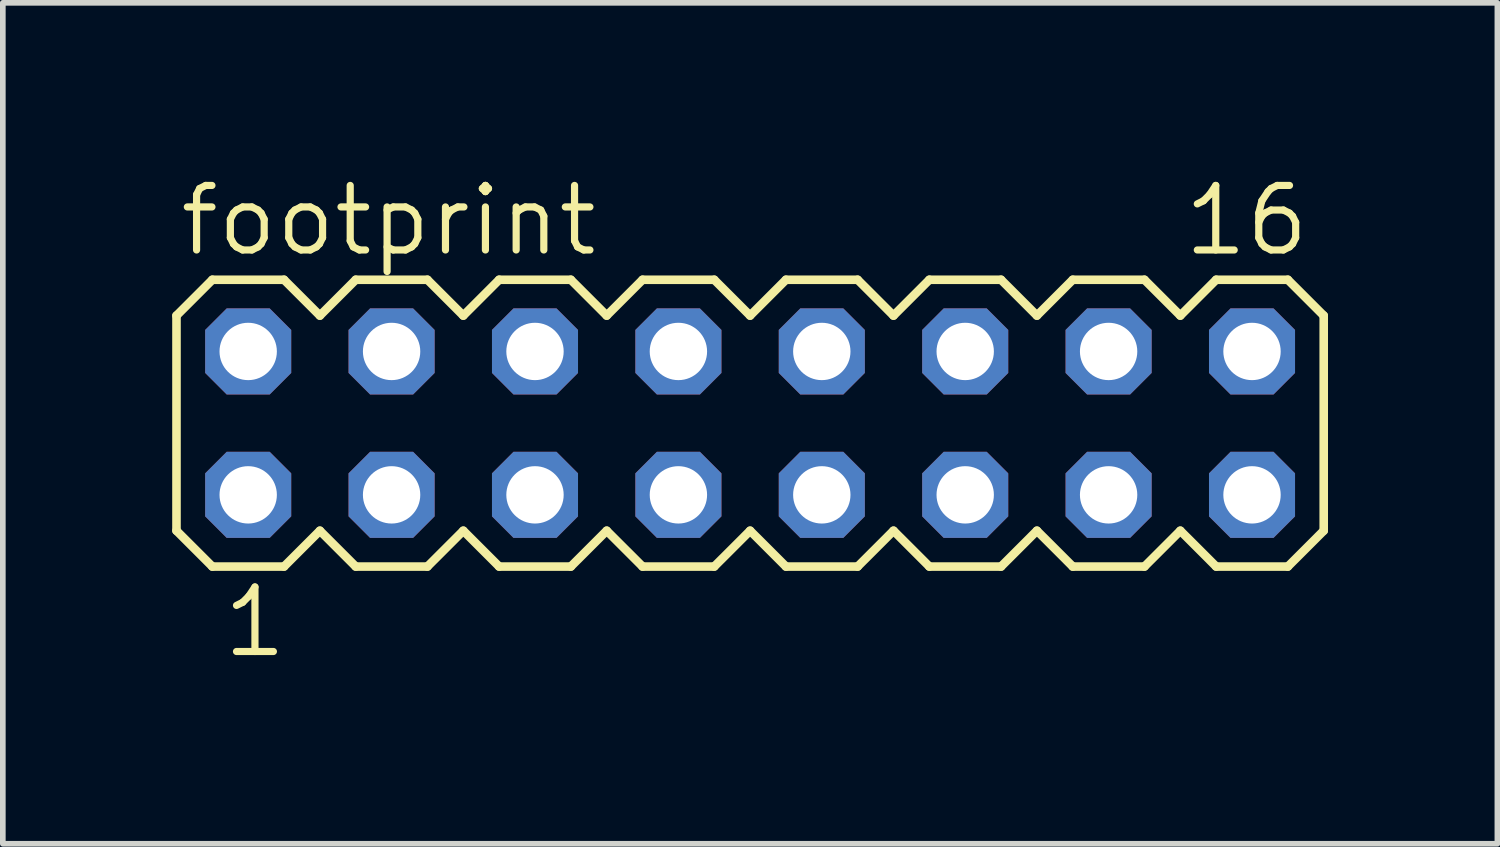
<source format=kicad_pcb>
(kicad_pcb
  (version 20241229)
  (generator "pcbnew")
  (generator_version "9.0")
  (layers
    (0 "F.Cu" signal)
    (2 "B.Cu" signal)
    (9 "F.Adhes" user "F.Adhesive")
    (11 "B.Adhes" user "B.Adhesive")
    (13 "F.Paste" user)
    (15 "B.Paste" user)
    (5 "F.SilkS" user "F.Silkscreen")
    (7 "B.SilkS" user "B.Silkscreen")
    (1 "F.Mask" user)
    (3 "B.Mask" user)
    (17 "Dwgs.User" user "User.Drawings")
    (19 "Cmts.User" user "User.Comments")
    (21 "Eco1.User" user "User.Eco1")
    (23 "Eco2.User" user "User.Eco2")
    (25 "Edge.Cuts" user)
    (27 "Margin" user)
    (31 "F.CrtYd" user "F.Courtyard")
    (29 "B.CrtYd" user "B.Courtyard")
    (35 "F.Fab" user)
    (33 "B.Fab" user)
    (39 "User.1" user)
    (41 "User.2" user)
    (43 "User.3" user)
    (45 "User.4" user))
  (footprint "footprint"
    (layer "F.Cu")
    (at 10.236 4.445)
    (property "Reference" "footprint" (at -10.16 -2.921 0) (layer "F.SilkS") (effects (font (size 1.143 1.143) (thickness 0.127)) (justify left bottom)))
    (fp_line (start -10.16 -1.905) (end -10.16 1.905) (stroke (width 0.152) (type solid)) (layer "F.SilkS"))
    (fp_line (start -10.16 1.905) (end -9.525 2.54) (stroke (width 0.152) (type solid)) (layer "F.SilkS"))
    (fp_line (start -9.525 -2.54) (end -10.16 -1.905) (stroke (width 0.152) (type solid)) (layer "F.SilkS"))
    (fp_line (start -9.525 -2.54) (end -8.255 -2.54) (stroke (width 0.152) (type solid)) (layer "F.SilkS"))
    (fp_line (start -8.255 -2.54) (end -7.62 -1.905) (stroke (width 0.152) (type solid)) (layer "F.SilkS"))
    (fp_line (start -8.255 2.54) (end -9.525 2.54) (stroke (width 0.152) (type solid)) (layer "F.SilkS"))
    (fp_line (start -7.62 -1.905) (end -6.985 -2.54) (stroke (width 0.152) (type solid)) (layer "F.SilkS"))
    (fp_line (start -7.62 1.905) (end -8.255 2.54) (stroke (width 0.152) (type solid)) (layer "F.SilkS"))
    (fp_line (start -6.985 -2.54) (end -5.715 -2.54) (stroke (width 0.152) (type solid)) (layer "F.SilkS"))
    (fp_line (start -6.985 2.54) (end -7.62 1.905) (stroke (width 0.152) (type solid)) (layer "F.SilkS"))
    (fp_line (start -5.715 -2.54) (end -5.08 -1.905) (stroke (width 0.152) (type solid)) (layer "F.SilkS"))
    (fp_line (start -5.715 2.54) (end -6.985 2.54) (stroke (width 0.152) (type solid)) (layer "F.SilkS"))
    (fp_line (start -5.08 -1.905) (end -4.445 -2.54) (stroke (width 0.152) (type solid)) (layer "F.SilkS"))
    (fp_line (start -5.08 1.905) (end -5.715 2.54) (stroke (width 0.152) (type solid)) (layer "F.SilkS"))
    (fp_line (start -4.445 -2.54) (end -3.175 -2.54) (stroke (width 0.152) (type solid)) (layer "F.SilkS"))
    (fp_line (start -4.445 2.54) (end -5.08 1.905) (stroke (width 0.152) (type solid)) (layer "F.SilkS"))
    (fp_line (start -3.175 -2.54) (end -2.54 -1.905) (stroke (width 0.152) (type solid)) (layer "F.SilkS"))
    (fp_line (start -3.175 2.54) (end -4.445 2.54) (stroke (width 0.152) (type solid)) (layer "F.SilkS"))
    (fp_line (start -2.54 1.905) (end -3.175 2.54) (stroke (width 0.152) (type solid)) (layer "F.SilkS"))
    (fp_line (start -2.54 1.905) (end -1.905 2.54) (stroke (width 0.152) (type solid)) (layer "F.SilkS"))
    (fp_line (start -1.905 -2.54) (end -2.54 -1.905) (stroke (width 0.152) (type solid)) (layer "F.SilkS"))
    (fp_line (start -1.905 -2.54) (end -0.635 -2.54) (stroke (width 0.152) (type solid)) (layer "F.SilkS"))
    (fp_line (start -0.635 -2.54) (end 0 -1.905) (stroke (width 0.152) (type solid)) (layer "F.SilkS"))
    (fp_line (start -0.635 2.54) (end -1.905 2.54) (stroke (width 0.152) (type solid)) (layer "F.SilkS"))
    (fp_line (start 0 -1.905) (end 0.635 -2.54) (stroke (width 0.152) (type solid)) (layer "F.SilkS"))
    (fp_line (start 0 1.905) (end -0.635 2.54) (stroke (width 0.152) (type solid)) (layer "F.SilkS"))
    (fp_line (start 0.635 -2.54) (end 1.905 -2.54) (stroke (width 0.152) (type solid)) (layer "F.SilkS"))
    (fp_line (start 0.635 2.54) (end 0 1.905) (stroke (width 0.152) (type solid)) (layer "F.SilkS"))
    (fp_line (start 1.905 -2.54) (end 2.54 -1.905) (stroke (width 0.152) (type solid)) (layer "F.SilkS"))
    (fp_line (start 1.905 2.54) (end 0.635 2.54) (stroke (width 0.152) (type solid)) (layer "F.SilkS"))
    (fp_line (start 2.54 -1.905) (end 3.175 -2.54) (stroke (width 0.152) (type solid)) (layer "F.SilkS"))
    (fp_line (start 2.54 1.905) (end 1.905 2.54) (stroke (width 0.152) (type solid)) (layer "F.SilkS"))
    (fp_line (start 3.175 -2.54) (end 4.445 -2.54) (stroke (width 0.152) (type solid)) (layer "F.SilkS"))
    (fp_line (start 3.175 2.54) (end 2.54 1.905) (stroke (width 0.152) (type solid)) (layer "F.SilkS"))
    (fp_line (start 4.445 -2.54) (end 5.08 -1.905) (stroke (width 0.152) (type solid)) (layer "F.SilkS"))
    (fp_line (start 4.445 2.54) (end 3.175 2.54) (stroke (width 0.152) (type solid)) (layer "F.SilkS"))
    (fp_line (start 5.08 1.905) (end 4.445 2.54) (stroke (width 0.152) (type solid)) (layer "F.SilkS"))
    (fp_line (start 5.08 1.905) (end 5.715 2.54) (stroke (width 0.152) (type solid)) (layer "F.SilkS"))
    (fp_line (start 5.715 -2.54) (end 5.08 -1.905) (stroke (width 0.152) (type solid)) (layer "F.SilkS"))
    (fp_line (start 5.715 -2.54) (end 6.985 -2.54) (stroke (width 0.152) (type solid)) (layer "F.SilkS"))
    (fp_line (start 6.985 -2.54) (end 7.62 -1.905) (stroke (width 0.152) (type solid)) (layer "F.SilkS"))
    (fp_line (start 6.985 2.54) (end 5.715 2.54) (stroke (width 0.152) (type solid)) (layer "F.SilkS"))
    (fp_line (start 7.62 -1.905) (end 8.255 -2.54) (stroke (width 0.152) (type solid)) (layer "F.SilkS"))
    (fp_line (start 7.62 1.905) (end 6.985 2.54) (stroke (width 0.152) (type solid)) (layer "F.SilkS"))
    (fp_line (start 8.255 -2.54) (end 9.525 -2.54) (stroke (width 0.152) (type solid)) (layer "F.SilkS"))
    (fp_line (start 8.255 2.54) (end 7.62 1.905) (stroke (width 0.152) (type solid)) (layer "F.SilkS"))
    (fp_line (start 9.525 -2.54) (end 10.16 -1.905) (stroke (width 0.152) (type solid)) (layer "F.SilkS"))
    (fp_line (start 9.525 2.54) (end 8.255 2.54) (stroke (width 0.152) (type solid)) (layer "F.SilkS"))
    (fp_line (start 10.16 -1.905) (end 10.16 1.905) (stroke (width 0.152) (type solid)) (layer "F.SilkS"))
    (fp_line (start 10.16 1.905) (end 9.525 2.54) (stroke (width 0.152) (type solid)) (layer "F.SilkS"))
    (fp_poly (pts (xy -9.144 -1.016) (xy -8.636 -1.016) (xy -8.636 -1.524) (xy -9.144 -1.524)) (stroke (width 0.1) (type solid)) (fill no) (layer "F.Fab"))
    (fp_poly (pts (xy -9.144 1.524) (xy -8.636 1.524) (xy -8.636 1.016) (xy -9.144 1.016)) (stroke (width 0.1) (type solid)) (fill no) (layer "F.Fab"))
    (fp_poly (pts (xy -6.604 -1.016) (xy -6.096 -1.016) (xy -6.096 -1.524) (xy -6.604 -1.524)) (stroke (width 0.1) (type solid)) (fill no) (layer "F.Fab"))
    (fp_poly (pts (xy -6.604 1.524) (xy -6.096 1.524) (xy -6.096 1.016) (xy -6.604 1.016)) (stroke (width 0.1) (type solid)) (fill no) (layer "F.Fab"))
    (fp_poly (pts (xy -4.064 -1.016) (xy -3.556 -1.016) (xy -3.556 -1.524) (xy -4.064 -1.524)) (stroke (width 0.1) (type solid)) (fill no) (layer "F.Fab"))
    (fp_poly (pts (xy -4.064 1.524) (xy -3.556 1.524) (xy -3.556 1.016) (xy -4.064 1.016)) (stroke (width 0.1) (type solid)) (fill no) (layer "F.Fab"))
    (fp_poly (pts (xy -1.524 -1.016) (xy -1.016 -1.016) (xy -1.016 -1.524) (xy -1.524 -1.524)) (stroke (width 0.1) (type solid)) (fill no) (layer "F.Fab"))
    (fp_poly (pts (xy -1.524 1.524) (xy -1.016 1.524) (xy -1.016 1.016) (xy -1.524 1.016)) (stroke (width 0.1) (type solid)) (fill no) (layer "F.Fab"))
    (fp_poly (pts (xy 1.016 -1.016) (xy 1.524 -1.016) (xy 1.524 -1.524) (xy 1.016 -1.524)) (stroke (width 0.1) (type solid)) (fill no) (layer "F.Fab"))
    (fp_poly (pts (xy 1.016 1.524) (xy 1.524 1.524) (xy 1.524 1.016) (xy 1.016 1.016)) (stroke (width 0.1) (type solid)) (fill no) (layer "F.Fab"))
    (fp_poly (pts (xy 3.556 -1.016) (xy 4.064 -1.016) (xy 4.064 -1.524) (xy 3.556 -1.524)) (stroke (width 0.1) (type solid)) (fill no) (layer "F.Fab"))
    (fp_poly (pts (xy 3.556 1.524) (xy 4.064 1.524) (xy 4.064 1.016) (xy 3.556 1.016)) (stroke (width 0.1) (type solid)) (fill no) (layer "F.Fab"))
    (fp_poly (pts (xy 6.096 -1.016) (xy 6.604 -1.016) (xy 6.604 -1.524) (xy 6.096 -1.524)) (stroke (width 0.1) (type solid)) (fill no) (layer "F.Fab"))
    (fp_poly (pts (xy 6.096 1.524) (xy 6.604 1.524) (xy 6.604 1.016) (xy 6.096 1.016)) (stroke (width 0.1) (type solid)) (fill no) (layer "F.Fab"))
    (fp_poly (pts (xy 8.636 -1.016) (xy 9.144 -1.016) (xy 9.144 -1.524) (xy 8.636 -1.524)) (stroke (width 0.1) (type solid)) (fill no) (layer "F.Fab"))
    (fp_poly (pts (xy 8.636 1.524) (xy 9.144 1.524) (xy 9.144 1.016) (xy 8.636 1.016)) (stroke (width 0.1) (type solid)) (fill no) (layer "F.Fab"))
    (fp_text user "1" (at -9.398 4.191 0) (layer "F.SilkS") (effects (font (size 1.143 1.143) (thickness 0.127)) (justify left bottom)))
    (fp_text user "16" (at 7.62 -2.921 0) (layer "F.SilkS") (effects (font (size 1.143 1.143) (thickness 0.127)) (justify left bottom)))
    (pad "1" thru_hole roundrect (at -8.89 1.27) (size 1.524 1.524) (drill 1.016) (layers "*.Cu" "*.Mask") (roundrect_rratio 0.25) (chamfer_ratio 0.25) (chamfer top_left top_right bottom_left bottom_right))
    (pad "2" thru_hole roundrect (at -8.89 -1.27) (size 1.524 1.524) (drill 1.016) (layers "*.Cu" "*.Mask") (roundrect_rratio 0.25) (chamfer_ratio 0.25) (chamfer top_left top_right bottom_left bottom_right))
    (pad "3" thru_hole roundrect (at -6.35 1.27) (size 1.524 1.524) (drill 1.016) (layers "*.Cu" "*.Mask") (roundrect_rratio 0.25) (chamfer_ratio 0.25) (chamfer top_left top_right bottom_left bottom_right))
    (pad "4" thru_hole roundrect (at -6.35 -1.27) (size 1.524 1.524) (drill 1.016) (layers "*.Cu" "*.Mask") (roundrect_rratio 0.25) (chamfer_ratio 0.25) (chamfer top_left top_right bottom_left bottom_right))
    (pad "5" thru_hole roundrect (at -3.81 1.27) (size 1.524 1.524) (drill 1.016) (layers "*.Cu" "*.Mask") (roundrect_rratio 0.25) (chamfer_ratio 0.25) (chamfer top_left top_right bottom_left bottom_right))
    (pad "6" thru_hole roundrect (at -3.81 -1.27) (size 1.524 1.524) (drill 1.016) (layers "*.Cu" "*.Mask") (roundrect_rratio 0.25) (chamfer_ratio 0.25) (chamfer top_left top_right bottom_left bottom_right))
    (pad "7" thru_hole roundrect (at -1.27 1.27) (size 1.524 1.524) (drill 1.016) (layers "*.Cu" "*.Mask") (roundrect_rratio 0.25) (chamfer_ratio 0.25) (chamfer top_left top_right bottom_left bottom_right))
    (pad "8" thru_hole roundrect (at -1.27 -1.27) (size 1.524 1.524) (drill 1.016) (layers "*.Cu" "*.Mask") (roundrect_rratio 0.25) (chamfer_ratio 0.25) (chamfer top_left top_right bottom_left bottom_right))
    (pad "9" thru_hole roundrect (at 1.27 1.27) (size 1.524 1.524) (drill 1.016) (layers "*.Cu" "*.Mask") (roundrect_rratio 0.25) (chamfer_ratio 0.25) (chamfer top_left top_right bottom_left bottom_right))
    (pad "10" thru_hole roundrect (at 1.27 -1.27) (size 1.524 1.524) (drill 1.016) (layers "*.Cu" "*.Mask") (roundrect_rratio 0.25) (chamfer_ratio 0.25) (chamfer top_left top_right bottom_left bottom_right))
    (pad "11" thru_hole roundrect (at 3.81 1.27) (size 1.524 1.524) (drill 1.016) (layers "*.Cu" "*.Mask") (roundrect_rratio 0.25) (chamfer_ratio 0.25) (chamfer top_left top_right bottom_left bottom_right))
    (pad "12" thru_hole roundrect (at 3.81 -1.27) (size 1.524 1.524) (drill 1.016) (layers "*.Cu" "*.Mask") (roundrect_rratio 0.25) (chamfer_ratio 0.25) (chamfer top_left top_right bottom_left bottom_right))
    (pad "13" thru_hole roundrect (at 6.35 1.27) (size 1.524 1.524) (drill 1.016) (layers "*.Cu" "*.Mask") (roundrect_rratio 0.25) (chamfer_ratio 0.25) (chamfer top_left top_right bottom_left bottom_right))
    (pad "14" thru_hole roundrect (at 6.35 -1.27) (size 1.524 1.524) (drill 1.016) (layers "*.Cu" "*.Mask") (roundrect_rratio 0.25) (chamfer_ratio 0.25) (chamfer top_left top_right bottom_left bottom_right))
    (pad "15" thru_hole roundrect (at 8.89 1.27) (size 1.524 1.524) (drill 1.016) (layers "*.Cu" "*.Mask") (roundrect_rratio 0.25) (chamfer_ratio 0.25) (chamfer top_left top_right bottom_left bottom_right))
    (pad "16" thru_hole roundrect (at 8.89 -1.27) (size 1.524 1.524) (drill 1.016) (layers "*.Cu" "*.Mask") (roundrect_rratio 0.25) (chamfer_ratio 0.25) (chamfer top_left top_right bottom_left bottom_right)))
  (gr_rect
    (start -3 -3)
    (end 23.472 11.895)
    (stroke (width 0.1) (type default))
    (fill no)
    (layer "Edge.Cuts")))
</source>
